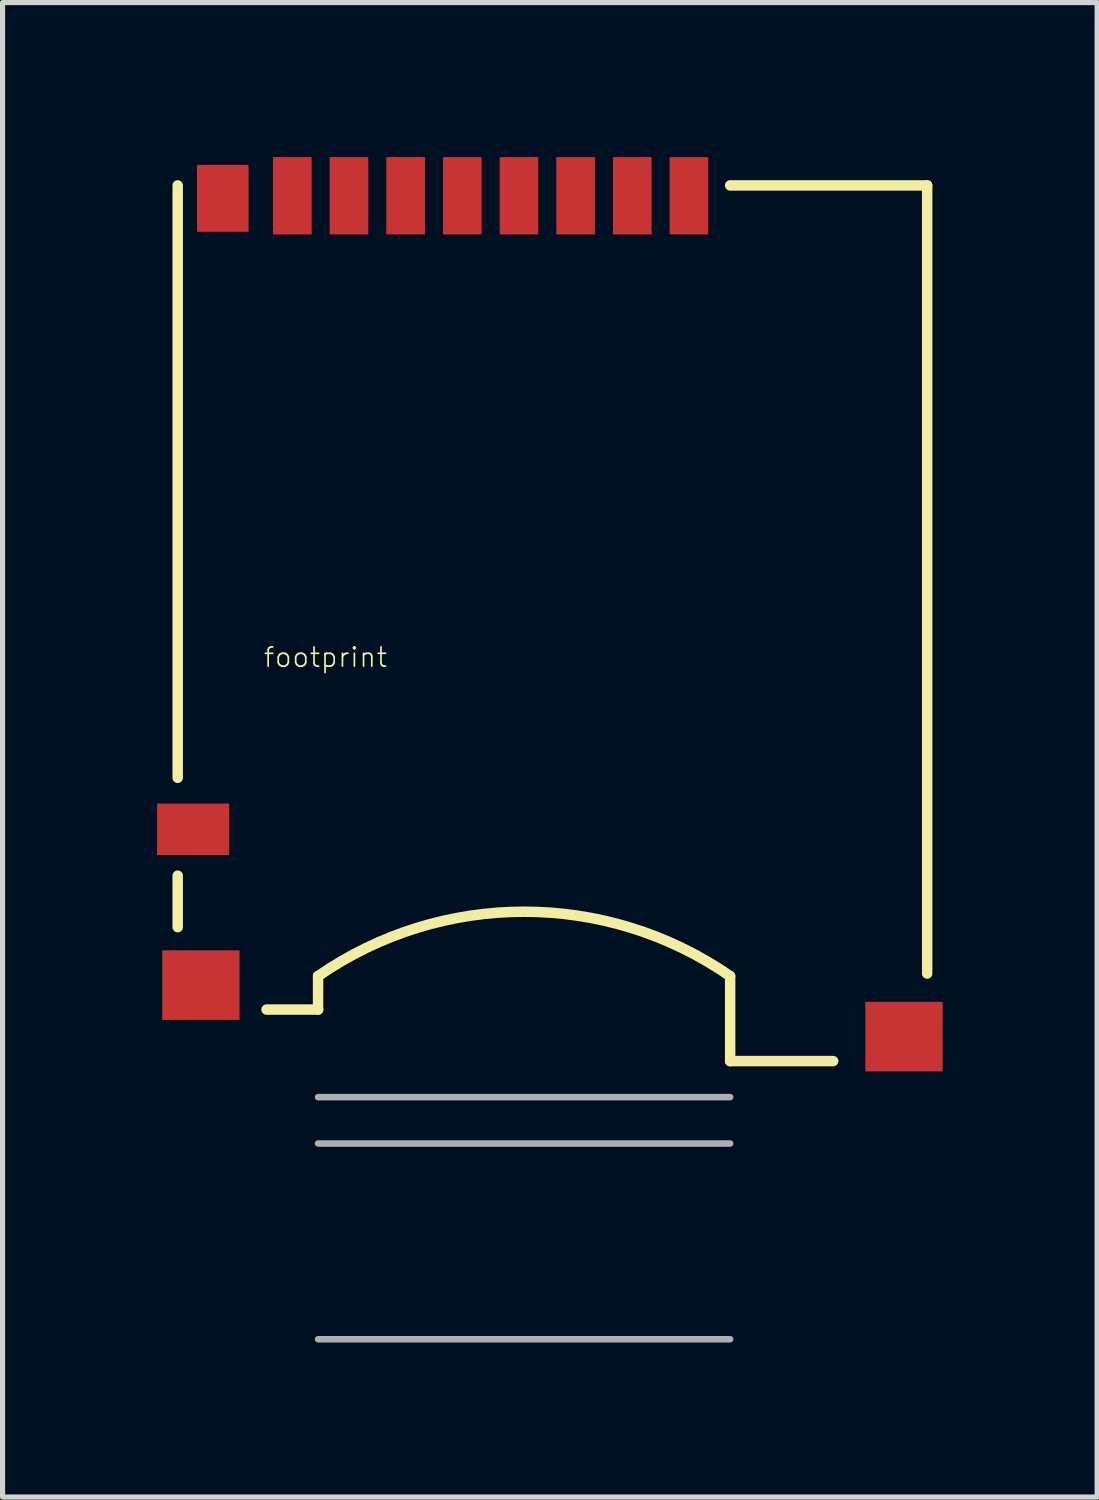
<source format=kicad_pcb>
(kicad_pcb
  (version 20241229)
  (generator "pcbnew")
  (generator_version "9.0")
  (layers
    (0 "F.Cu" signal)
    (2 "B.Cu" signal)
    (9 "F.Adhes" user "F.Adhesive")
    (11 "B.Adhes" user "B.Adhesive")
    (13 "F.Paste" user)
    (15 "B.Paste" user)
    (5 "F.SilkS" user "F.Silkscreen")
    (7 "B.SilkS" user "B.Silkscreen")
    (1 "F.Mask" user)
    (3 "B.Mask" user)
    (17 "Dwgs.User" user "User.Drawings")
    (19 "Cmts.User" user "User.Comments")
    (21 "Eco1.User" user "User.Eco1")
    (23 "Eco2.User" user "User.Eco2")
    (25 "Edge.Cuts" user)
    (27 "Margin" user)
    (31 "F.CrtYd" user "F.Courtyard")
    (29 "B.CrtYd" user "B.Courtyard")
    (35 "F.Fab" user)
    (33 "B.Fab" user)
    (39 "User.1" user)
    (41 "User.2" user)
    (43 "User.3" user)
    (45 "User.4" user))
  (footprint "footprint"
    (layer "F.Cu")
    (at 7.125 17.55)
    (property "Reference" "footprint" (at -5.08 -7.62 0) (layer "F.SilkS") (effects (font (size 0.374 0.374) (thickness 0.033)) (justify left bottom)))
    (fp_line (start -6.725 -5.5) (end -6.725 -17) (stroke (width 0.203) (type solid)) (layer "F.SilkS"))
    (fp_line (start -6.725 -3.6) (end -6.725 -2.6) (stroke (width 0.203) (type solid)) (layer "F.SilkS"))
    (fp_line (start -4 -1.65) (end -4 -1) (stroke (width 0.203) (type solid)) (layer "F.SilkS"))
    (fp_line (start -4 -1) (end -5 -1) (stroke (width 0.203) (type solid)) (layer "F.SilkS"))
    (fp_line (start 4 -17) (end 7.825 -17) (stroke (width 0.203) (type solid)) (layer "F.SilkS"))
    (fp_line (start 4 0) (end 4 -1.65) (stroke (width 0.203) (type solid)) (layer "F.SilkS"))
    (fp_line (start 6 0) (end 4 0) (stroke (width 0.203) (type solid)) (layer "F.SilkS"))
    (fp_line (start 7.825 -17) (end 7.825 -1.7) (stroke (width 0.203) (type solid)) (layer "F.SilkS"))
    (fp_arc (start -4 -1.65) (mid -0.000001 -2.9) (end 3.999999 -1.650001) (stroke (width 0.2032) (type solid)) (layer "F.SilkS"))
    (fp_line (start 4 0.7) (end -4 0.7) (stroke (width 0.127) (type solid)) (layer "F.Fab"))
    (fp_line (start 4 1.6) (end -4 1.6) (stroke (width 0.127) (type solid)) (layer "F.Fab"))
    (fp_line (start 4 5.4) (end -4 5.4) (stroke (width 0.127) (type solid)) (layer "F.Fab"))
    (pad "1" smd rect (at 3.2 -16.8) (size 0.75 1.5) (layers "F.Cu" "F.Mask" "F.Paste"))
    (pad "2" smd rect (at 2.1 -16.8) (size 0.75 1.5) (layers "F.Cu" "F.Mask" "F.Paste"))
    (pad "3" smd rect (at 1 -16.8) (size 0.75 1.5) (layers "F.Cu" "F.Mask" "F.Paste"))
    (pad "4" smd rect (at -0.1 -16.8) (size 0.75 1.5) (layers "F.Cu" "F.Mask" "F.Paste"))
    (pad "5" smd rect (at -1.2 -16.8) (size 0.75 1.5) (layers "F.Cu" "F.Mask" "F.Paste"))
    (pad "6" smd rect (at -2.3 -16.8) (size 0.75 1.5) (layers "F.Cu" "F.Mask" "F.Paste"))
    (pad "7" smd rect (at -3.4 -16.8) (size 0.75 1.5) (layers "F.Cu" "F.Mask" "F.Paste"))
    (pad "8" smd rect (at -4.5 -16.8) (size 0.75 1.5) (layers "F.Cu" "F.Mask" "F.Paste"))
    (pad "CD1" smd rect (at -5.85 -16.75) (size 1 1.3) (layers "F.Cu" "F.Mask" "F.Paste"))
    (pad "CD2" smd rect (at -6.425 -4.5) (size 1.4 1) (layers "F.Cu" "F.Mask" "F.Paste"))
    (pad "GND1" smd rect (at -6.275 -1.475) (size 1.5 1.35) (layers "F.Cu" "F.Mask" "F.Paste"))
    (pad "GND2" smd rect (at 7.375 -0.475) (size 1.5 1.35) (layers "F.Cu" "F.Mask" "F.Paste")))
  (gr_rect
    (start -3 -3)
    (end 18.25 26.014)
    (stroke (width 0.1) (type default))
    (fill no)
    (layer "Edge.Cuts")))
</source>
